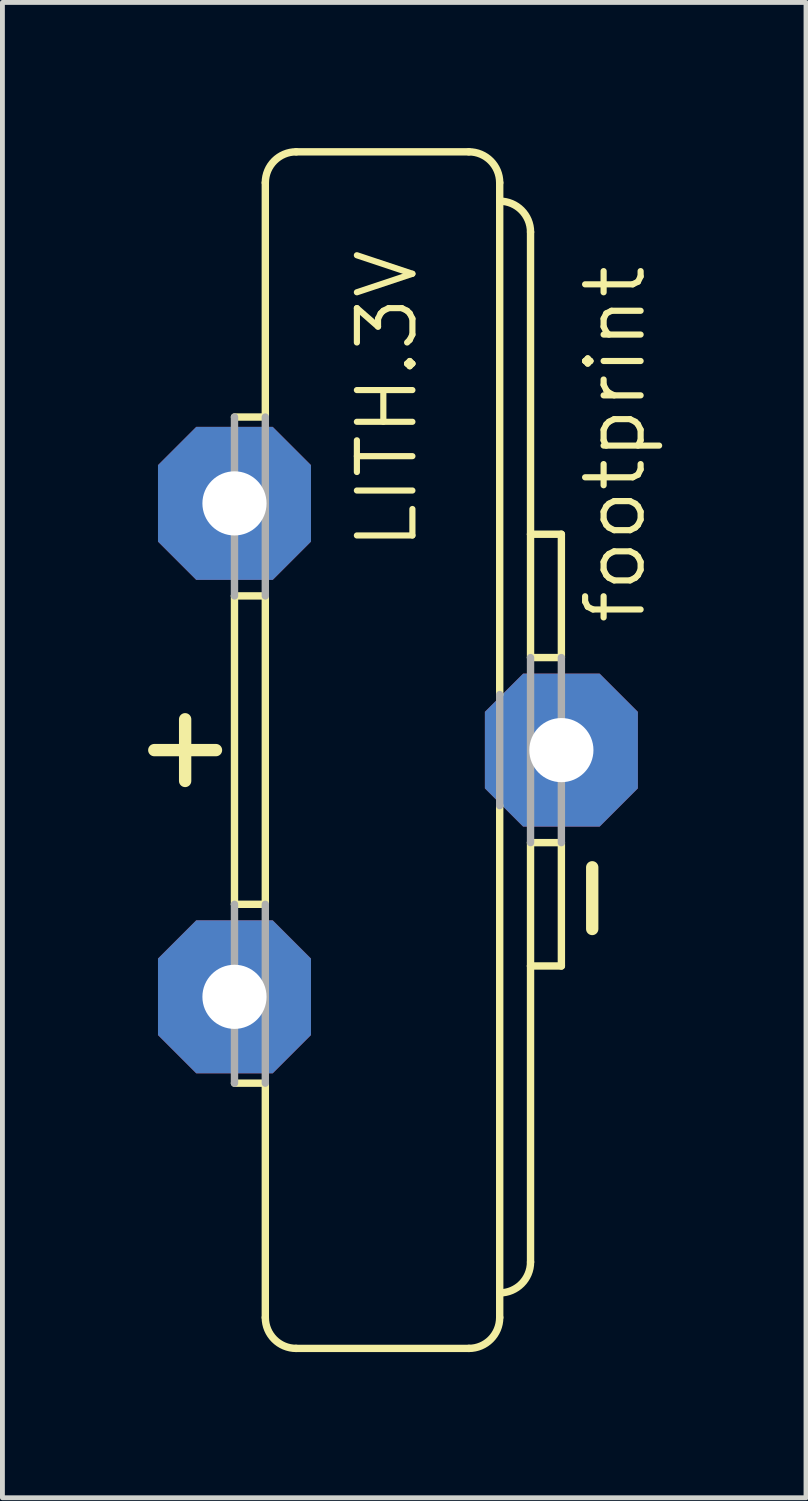
<source format=kicad_pcb>
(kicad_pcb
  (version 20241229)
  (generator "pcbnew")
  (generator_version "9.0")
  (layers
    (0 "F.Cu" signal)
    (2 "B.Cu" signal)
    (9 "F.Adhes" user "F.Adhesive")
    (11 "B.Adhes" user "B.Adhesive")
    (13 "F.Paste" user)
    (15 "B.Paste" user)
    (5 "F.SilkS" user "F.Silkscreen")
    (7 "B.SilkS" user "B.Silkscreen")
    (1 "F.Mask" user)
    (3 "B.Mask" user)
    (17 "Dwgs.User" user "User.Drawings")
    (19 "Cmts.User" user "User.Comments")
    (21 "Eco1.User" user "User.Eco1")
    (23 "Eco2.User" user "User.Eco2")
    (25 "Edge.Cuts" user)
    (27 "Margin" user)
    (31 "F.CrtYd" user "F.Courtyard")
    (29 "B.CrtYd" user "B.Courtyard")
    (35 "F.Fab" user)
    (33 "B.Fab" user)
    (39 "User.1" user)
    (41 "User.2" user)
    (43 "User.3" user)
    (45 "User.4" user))
  (footprint "footprint"
    (layer "F.Cu")
    (at 4.318 12.395)
    (property "Reference" "footprint" (at 5.969 -2.54 90) (layer "F.SilkS") (effects (font (size 1.143 1.143) (thickness 0.127)) (justify left bottom)))
    (fp_line (start -4.191 0) (end -2.921 0) (stroke (width 0.254) (type solid)) (layer "F.SilkS"))
    (fp_line (start -3.556 -0.635) (end -3.556 0.635) (stroke (width 0.254) (type solid)) (layer "F.SilkS"))
    (fp_line (start -2.54 3.175) (end -2.54 -3.175) (stroke (width 0.152) (type solid)) (layer "F.SilkS"))
    (fp_line (start -1.905 -6.858) (end -2.54 -6.858) (stroke (width 0.152) (type solid)) (layer "F.SilkS"))
    (fp_line (start -1.905 -6.858) (end -1.905 -11.684) (stroke (width 0.152) (type solid)) (layer "F.SilkS"))
    (fp_line (start -1.905 -3.175) (end -2.54 -3.175) (stroke (width 0.152) (type solid)) (layer "F.SilkS"))
    (fp_line (start -1.905 3.175) (end -2.54 3.175) (stroke (width 0.152) (type solid)) (layer "F.SilkS"))
    (fp_line (start -1.905 3.175) (end -1.905 -3.175) (stroke (width 0.152) (type solid)) (layer "F.SilkS"))
    (fp_line (start -1.905 6.858) (end -2.54 6.858) (stroke (width 0.152) (type solid)) (layer "F.SilkS"))
    (fp_line (start -1.905 11.684) (end -1.905 6.858) (stroke (width 0.152) (type solid)) (layer "F.SilkS"))
    (fp_line (start -1.27 -12.319) (end 2.286 -12.319) (stroke (width 0.152) (type solid)) (layer "F.SilkS"))
    (fp_line (start -1.27 12.319) (end 2.286 12.319) (stroke (width 0.152) (type solid)) (layer "F.SilkS"))
    (fp_line (start 2.921 -1.143) (end 2.921 -11.684) (stroke (width 0.152) (type solid)) (layer "F.SilkS"))
    (fp_line (start 2.921 11.684) (end 2.921 1.143) (stroke (width 0.152) (type solid)) (layer "F.SilkS"))
    (fp_line (start 3.556 -4.445) (end 3.556 -10.668) (stroke (width 0.152) (type solid)) (layer "F.SilkS"))
    (fp_line (start 3.556 -1.905) (end 3.556 -4.445) (stroke (width 0.152) (type solid)) (layer "F.SilkS"))
    (fp_line (start 3.556 1.905) (end 3.556 4.445) (stroke (width 0.152) (type solid)) (layer "F.SilkS"))
    (fp_line (start 3.556 4.445) (end 3.556 10.541) (stroke (width 0.152) (type solid)) (layer "F.SilkS"))
    (fp_line (start 4.191 -4.445) (end 3.556 -4.445) (stroke (width 0.152) (type solid)) (layer "F.SilkS"))
    (fp_line (start 4.191 -1.905) (end 3.556 -1.905) (stroke (width 0.152) (type solid)) (layer "F.SilkS"))
    (fp_line (start 4.191 -1.905) (end 4.191 -4.445) (stroke (width 0.152) (type solid)) (layer "F.SilkS"))
    (fp_line (start 4.191 1.905) (end 3.556 1.905) (stroke (width 0.152) (type solid)) (layer "F.SilkS"))
    (fp_line (start 4.191 1.905) (end 4.191 4.445) (stroke (width 0.152) (type solid)) (layer "F.SilkS"))
    (fp_line (start 4.191 4.445) (end 3.556 4.445) (stroke (width 0.152) (type solid)) (layer "F.SilkS"))
    (fp_line (start 4.826 2.413) (end 4.826 3.683) (stroke (width 0.254) (type solid)) (layer "F.SilkS"))
    (fp_arc (start -1.905 -11.684) (mid -1.719013 -12.133013) (end -1.27 -12.319) (stroke (width 0.1524) (type solid)) (layer "F.SilkS"))
    (fp_arc (start -1.27 12.319) (mid -1.719013 12.133013) (end -1.905 11.684) (stroke (width 0.1524) (type solid)) (layer "F.SilkS"))
    (fp_arc (start 2.286 -12.319) (mid 2.735013 -12.133013) (end 2.921 -11.684) (stroke (width 0.1524) (type solid)) (layer "F.SilkS"))
    (fp_arc (start 2.921 -11.303) (mid 3.370013 -11.117013) (end 3.556 -10.668) (stroke (width 0.1524) (type solid)) (layer "F.SilkS"))
    (fp_arc (start 2.921 11.684) (mid 2.735013 12.133013) (end 2.286 12.319) (stroke (width 0.1524) (type solid)) (layer "F.SilkS"))
    (fp_arc (start 3.556 10.541) (mid 3.370013 10.990013) (end 2.921 11.176) (stroke (width 0.1524) (type solid)) (layer "F.SilkS"))
    (fp_line (start -2.54 -3.175) (end -2.54 -6.858) (stroke (width 0.152) (type solid)) (layer "F.Fab"))
    (fp_line (start -2.54 6.858) (end -2.54 3.175) (stroke (width 0.152) (type solid)) (layer "F.Fab"))
    (fp_line (start -1.905 -3.175) (end -1.905 -6.858) (stroke (width 0.152) (type solid)) (layer "F.Fab"))
    (fp_line (start -1.905 6.858) (end -1.905 3.175) (stroke (width 0.152) (type solid)) (layer "F.Fab"))
    (fp_line (start 2.921 -1.143) (end 2.921 1.143) (stroke (width 0.152) (type solid)) (layer "F.Fab"))
    (fp_line (start 3.556 1.905) (end 3.556 -1.905) (stroke (width 0.152) (type solid)) (layer "F.Fab"))
    (fp_line (start 4.191 1.905) (end 4.191 -1.905) (stroke (width 0.152) (type solid)) (layer "F.Fab"))
    (fp_text user "LITH.3V" (at 1.27 -4.064 90) (layer "F.SilkS") (effects (font (size 1.143 1.143) (thickness 0.127)) (justify left bottom)))
    (pad "+" thru_hole roundrect (at -2.54 5.08) (size 3.15 3.15) (drill 1.321) (layers "*.Cu" "*.Mask") (roundrect_rratio 0.25) (chamfer_ratio 0.25) (chamfer top_left top_right bottom_left bottom_right))
    (pad "+@1" thru_hole roundrect (at -2.54 -5.08) (size 3.15 3.15) (drill 1.321) (layers "*.Cu" "*.Mask") (roundrect_rratio 0.25) (chamfer_ratio 0.25) (chamfer top_left top_right bottom_left bottom_right))
    (pad "-" thru_hole roundrect (at 4.191 0) (size 3.15 3.15) (drill 1.321) (layers "*.Cu" "*.Mask") (roundrect_rratio 0.25) (chamfer_ratio 0.25) (chamfer top_left top_right bottom_left bottom_right)))
  (gr_rect
    (start -3 -3)
    (end 13.546 27.79)
    (stroke (width 0.1) (type default))
    (fill no)
    (layer "Edge.Cuts")))
</source>
